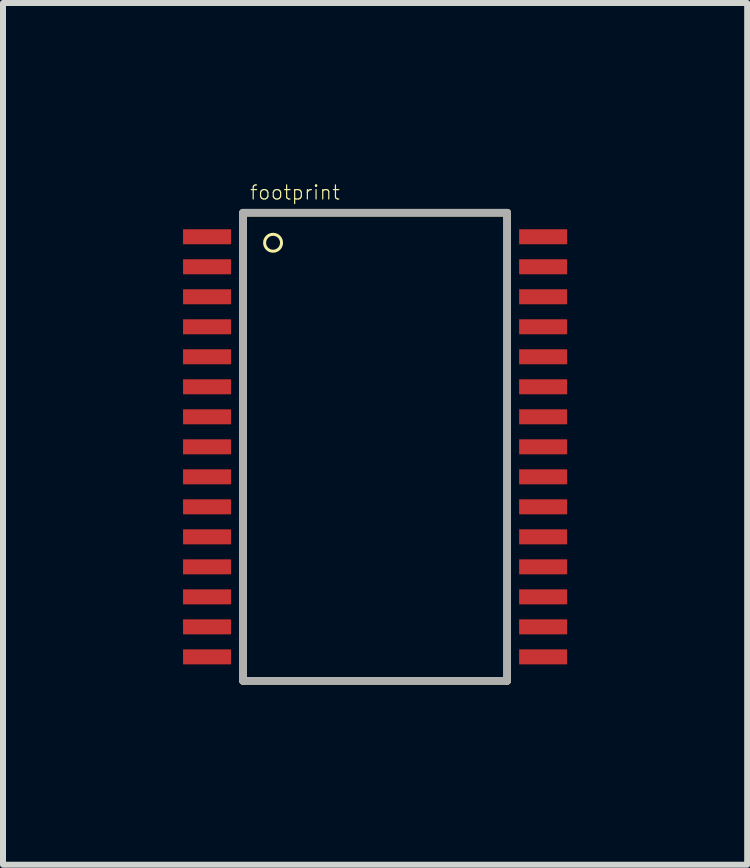
<source format=kicad_pcb>
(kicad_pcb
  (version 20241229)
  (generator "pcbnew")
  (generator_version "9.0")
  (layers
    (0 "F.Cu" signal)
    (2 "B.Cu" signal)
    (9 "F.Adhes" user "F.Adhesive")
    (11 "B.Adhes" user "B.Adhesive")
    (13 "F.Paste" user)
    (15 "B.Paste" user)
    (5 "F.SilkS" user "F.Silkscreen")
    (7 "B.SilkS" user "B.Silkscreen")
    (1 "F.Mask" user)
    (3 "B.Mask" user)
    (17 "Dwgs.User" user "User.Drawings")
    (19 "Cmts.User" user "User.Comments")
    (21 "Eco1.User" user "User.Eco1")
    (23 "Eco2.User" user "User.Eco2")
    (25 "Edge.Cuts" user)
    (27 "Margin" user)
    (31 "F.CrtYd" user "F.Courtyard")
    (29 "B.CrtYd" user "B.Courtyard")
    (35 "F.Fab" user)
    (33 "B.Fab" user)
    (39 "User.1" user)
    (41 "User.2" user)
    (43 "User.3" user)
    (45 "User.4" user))
  (footprint "footprint"
    (layer "F.Cu")
    (at 3.2 4.395)
    (property "Reference" "footprint" (at -2.1 -4.1 0) (layer "F.SilkS") (effects (font (size 0.234 0.234) (thickness 0.02)) (justify left bottom)))
    (fp_line (start -2.2 -3.9) (end 2.2 -3.9) (stroke (width 0.127) (type solid)) (layer "F.SilkS"))
    (fp_line (start -2.2 3.9) (end -2.2 -3.9) (stroke (width 0.127) (type solid)) (layer "F.SilkS"))
    (fp_line (start 2.2 -3.9) (end 2.2 3.9) (stroke (width 0.127) (type solid)) (layer "F.SilkS"))
    (fp_line (start 2.2 3.9) (end -2.2 3.9) (stroke (width 0.127) (type solid)) (layer "F.SilkS"))
    (fp_circle (center -1.7 -3.4) (end -1.559 -3.4) (stroke (width 0.05) (type solid)) (fill no) (layer "F.SilkS"))
    (fp_line (start -2.2 -3.9) (end -2.2 3.9) (stroke (width 0.127) (type solid)) (layer "F.Fab"))
    (fp_line (start -2.2 3.9) (end 2.2 3.9) (stroke (width 0.127) (type solid)) (layer "F.Fab"))
    (fp_line (start 2.2 -3.9) (end -2.2 -3.9) (stroke (width 0.127) (type solid)) (layer "F.Fab"))
    (fp_line (start 2.2 3.9) (end 2.2 -3.9) (stroke (width 0.127) (type solid)) (layer "F.Fab"))
    (pad "P$1" smd rect (at -2.8 3.5) (size 0.8 0.25) (layers "F.Cu" "F.Mask" "F.Paste"))
    (pad "P$2" smd rect (at -2.8 3) (size 0.8 0.25) (layers "F.Cu" "F.Mask" "F.Paste"))
    (pad "P$3" smd rect (at -2.8 2.5) (size 0.8 0.25) (layers "F.Cu" "F.Mask" "F.Paste"))
    (pad "P$4" smd rect (at -2.8 2) (size 0.8 0.25) (layers "F.Cu" "F.Mask" "F.Paste"))
    (pad "P$5" smd rect (at -2.8 1.5) (size 0.8 0.25) (layers "F.Cu" "F.Mask" "F.Paste"))
    (pad "P$6" smd rect (at -2.8 1) (size 0.8 0.25) (layers "F.Cu" "F.Mask" "F.Paste"))
    (pad "P$7" smd rect (at -2.8 0.5) (size 0.8 0.25) (layers "F.Cu" "F.Mask" "F.Paste"))
    (pad "P$8" smd rect (at -2.8 0) (size 0.8 0.25) (layers "F.Cu" "F.Mask" "F.Paste"))
    (pad "P$9" smd rect (at -2.8 -0.5) (size 0.8 0.25) (layers "F.Cu" "F.Mask" "F.Paste"))
    (pad "P$10" smd rect (at -2.8 -1) (size 0.8 0.25) (layers "F.Cu" "F.Mask" "F.Paste"))
    (pad "P$11" smd rect (at -2.8 -1.5) (size 0.8 0.25) (layers "F.Cu" "F.Mask" "F.Paste"))
    (pad "P$12" smd rect (at -2.8 -2) (size 0.8 0.25) (layers "F.Cu" "F.Mask" "F.Paste"))
    (pad "P$13" smd rect (at -2.8 -2.5) (size 0.8 0.25) (layers "F.Cu" "F.Mask" "F.Paste"))
    (pad "P$14" smd rect (at -2.8 -3) (size 0.8 0.25) (layers "F.Cu" "F.Mask" "F.Paste"))
    (pad "P$15" smd rect (at -2.8 -3.5) (size 0.8 0.25) (layers "F.Cu" "F.Mask" "F.Paste"))
    (pad "P$16" smd rect (at 2.8 -3.5) (size 0.8 0.25) (layers "F.Cu" "F.Mask" "F.Paste"))
    (pad "P$17" smd rect (at 2.8 -3) (size 0.8 0.25) (layers "F.Cu" "F.Mask" "F.Paste"))
    (pad "P$18" smd rect (at 2.8 -2.5) (size 0.8 0.25) (layers "F.Cu" "F.Mask" "F.Paste"))
    (pad "P$19" smd rect (at 2.8 -2) (size 0.8 0.25) (layers "F.Cu" "F.Mask" "F.Paste"))
    (pad "P$20" smd rect (at 2.8 -1.5) (size 0.8 0.25) (layers "F.Cu" "F.Mask" "F.Paste"))
    (pad "P$21" smd rect (at 2.8 -1) (size 0.8 0.25) (layers "F.Cu" "F.Mask" "F.Paste"))
    (pad "P$22" smd rect (at 2.8 -0.5) (size 0.8 0.25) (layers "F.Cu" "F.Mask" "F.Paste"))
    (pad "P$23" smd rect (at 2.8 0) (size 0.8 0.25) (layers "F.Cu" "F.Mask" "F.Paste"))
    (pad "P$24" smd rect (at 2.8 0.5) (size 0.8 0.25) (layers "F.Cu" "F.Mask" "F.Paste"))
    (pad "P$25" smd rect (at 2.8 1) (size 0.8 0.25) (layers "F.Cu" "F.Mask" "F.Paste"))
    (pad "P$26" smd rect (at 2.8 1.5) (size 0.8 0.25) (layers "F.Cu" "F.Mask" "F.Paste"))
    (pad "P$27" smd rect (at 2.8 2) (size 0.8 0.25) (layers "F.Cu" "F.Mask" "F.Paste"))
    (pad "P$28" smd rect (at 2.8 2.5) (size 0.8 0.25) (layers "F.Cu" "F.Mask" "F.Paste"))
    (pad "P$29" smd rect (at 2.8 3) (size 0.8 0.25) (layers "F.Cu" "F.Mask" "F.Paste"))
    (pad "P$30" smd rect (at 2.8 3.5) (size 0.8 0.25) (layers "F.Cu" "F.Mask" "F.Paste")))
  (gr_rect
    (start -3 -3)
    (end 9.4 11.358)
    (stroke (width 0.1) (type default))
    (fill no)
    (layer "Edge.Cuts")))
</source>
